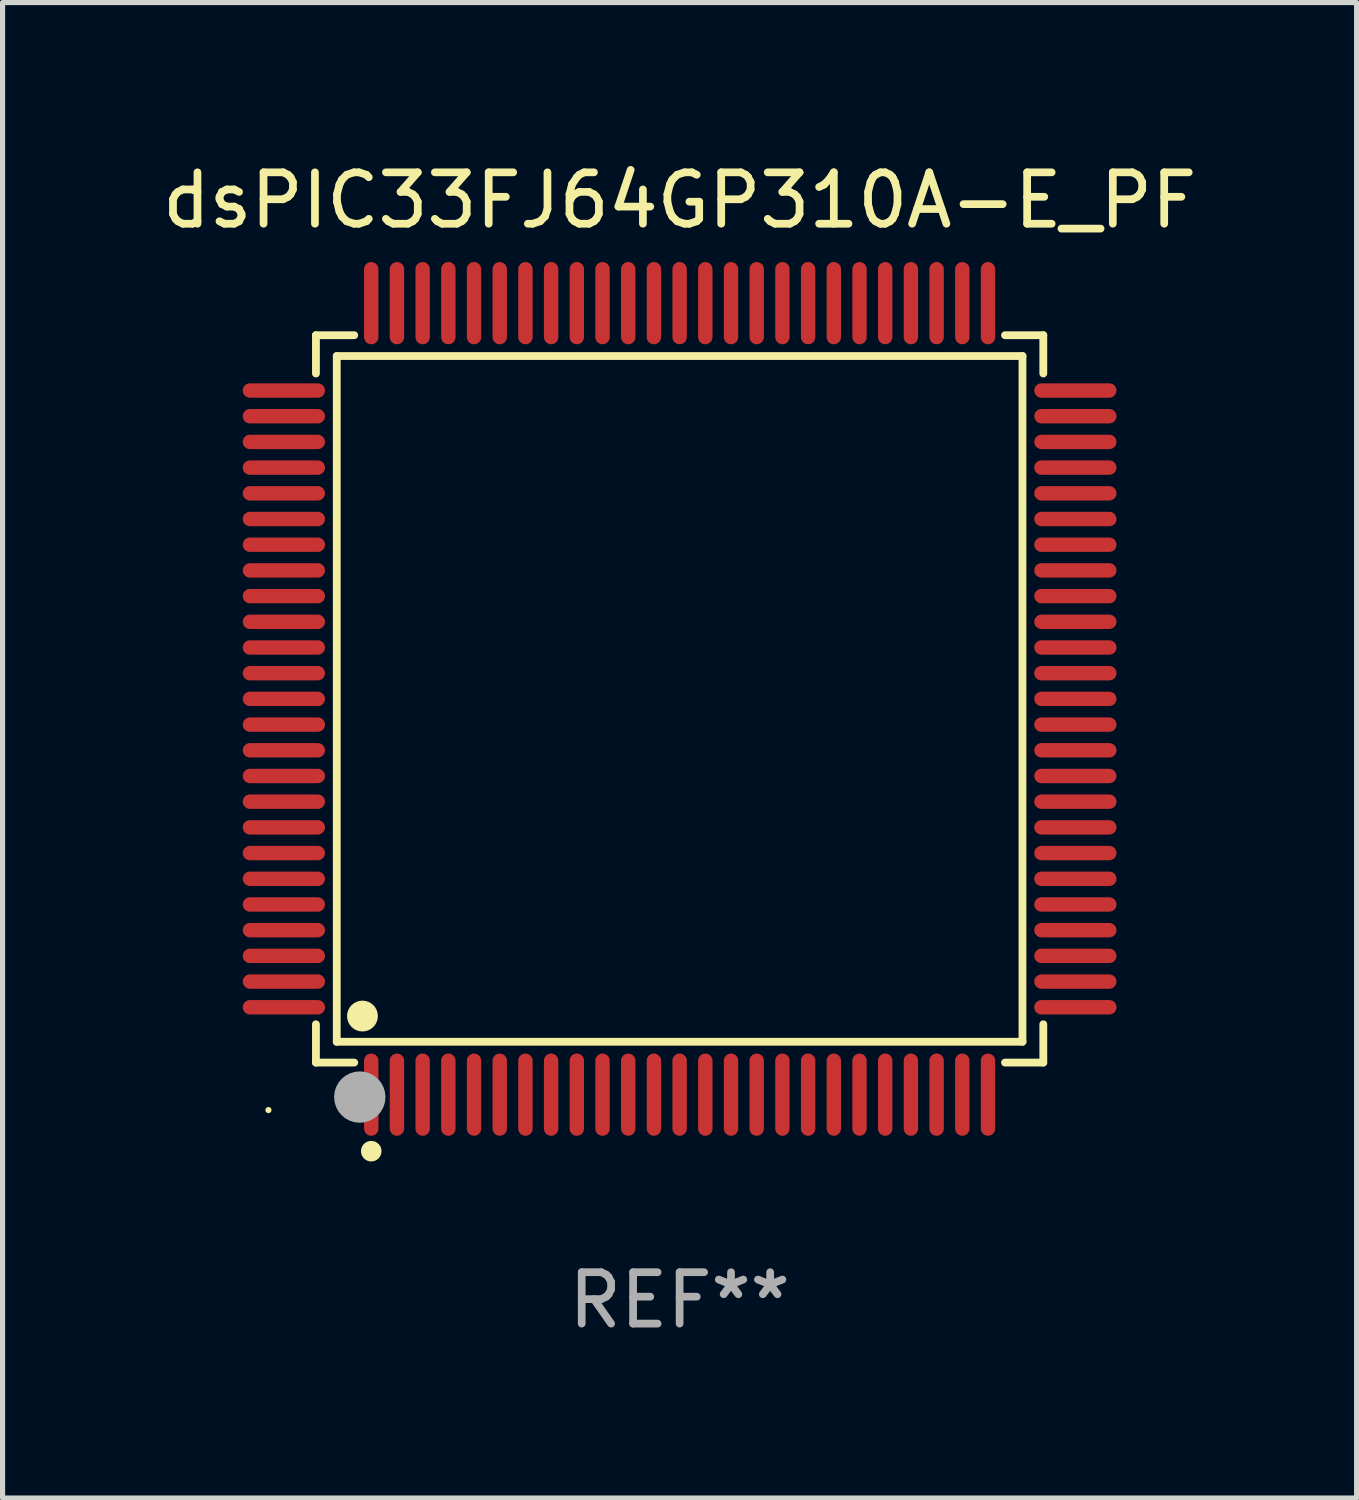
<source format=kicad_pcb>
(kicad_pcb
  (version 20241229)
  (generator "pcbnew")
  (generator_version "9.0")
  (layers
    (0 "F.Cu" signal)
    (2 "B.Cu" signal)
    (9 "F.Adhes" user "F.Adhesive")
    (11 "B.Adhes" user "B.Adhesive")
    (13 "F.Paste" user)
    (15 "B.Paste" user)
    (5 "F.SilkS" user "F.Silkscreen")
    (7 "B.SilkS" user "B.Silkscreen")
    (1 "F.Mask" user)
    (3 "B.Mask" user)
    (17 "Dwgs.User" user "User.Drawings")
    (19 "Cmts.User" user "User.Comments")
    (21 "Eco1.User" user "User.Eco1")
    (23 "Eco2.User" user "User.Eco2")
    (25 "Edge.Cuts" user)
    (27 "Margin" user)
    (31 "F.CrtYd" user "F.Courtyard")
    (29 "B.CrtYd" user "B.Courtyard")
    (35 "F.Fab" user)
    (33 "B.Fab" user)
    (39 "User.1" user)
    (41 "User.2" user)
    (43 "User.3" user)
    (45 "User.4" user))
  (footprint "dsPIC33FJ64GP310A-E_PF"
    (layer "F.Cu")
    (at 10.173 10.548)
    (property "Reference" "dsPIC33FJ64GP310A-E_PF" (at 0 -9.7 0) (layer "F.SilkS") (effects (font (size 1 1) (thickness 0.15))))
    (attr through_hole)
    (fp_line (start -7.076 -7.076) (end -6.331 -7.076) (stroke (width 0.152) (type solid)) (layer "F.SilkS"))
    (fp_line (start -7.076 -6.331) (end -7.076 -7.076) (stroke (width 0.152) (type solid)) (layer "F.SilkS"))
    (fp_line (start -7.076 6.331) (end -7.076 7.076) (stroke (width 0.152) (type solid)) (layer "F.SilkS"))
    (fp_line (start -7.076 7.076) (end -6.331 7.076) (stroke (width 0.152) (type solid)) (layer "F.SilkS"))
    (fp_line (start -6.671 -6.671) (end 6.671 -6.671) (stroke (width 0.152) (type solid)) (layer "F.SilkS"))
    (fp_line (start -6.671 6.671) (end -6.671 -6.671) (stroke (width 0.152) (type solid)) (layer "F.SilkS"))
    (fp_line (start 6.671 -6.671) (end 6.671 6.671) (stroke (width 0.152) (type solid)) (layer "F.SilkS"))
    (fp_line (start 6.671 6.671) (end -6.671 6.671) (stroke (width 0.152) (type solid)) (layer "F.SilkS"))
    (fp_line (start 7.076 -7.076) (end 6.331 -7.076) (stroke (width 0.152) (type solid)) (layer "F.SilkS"))
    (fp_line (start 7.076 -6.331) (end 7.076 -7.076) (stroke (width 0.152) (type solid)) (layer "F.SilkS"))
    (fp_line (start 7.076 6.331) (end 7.076 7.076) (stroke (width 0.152) (type solid)) (layer "F.SilkS"))
    (fp_line (start 7.076 7.076) (end 6.331 7.076) (stroke (width 0.152) (type solid)) (layer "F.SilkS"))
    (fp_circle (center -8 8) (end -7.97 8) (stroke (width 0.06) (type solid)) (fill no) (layer "F.SilkS"))
    (fp_circle (center -6.171 6.171) (end -6.021 6.171) (stroke (width 0.3) (type solid)) (fill no) (layer "F.SilkS"))
    (fp_circle (center -6 8.8) (end -5.9 8.8) (stroke (width 0.2) (type solid)) (fill no) (layer "F.SilkS"))
    (fp_circle (center -6.223 7.747) (end -5.973 7.747) (stroke (width 0.5) (type solid)) (fill no) (layer "F.Fab"))
    (fp_text user "REF**" (at 0 11.7 0) (layer "F.Fab") (effects (font (size 1 1) (thickness 0.15))))
    (pad "1" smd oval (at -6 7.7) (size 0.28 1.6) (layers "F.Cu" "F.Mask" "F.Paste"))
    (pad "2" smd oval (at -5.5 7.7) (size 0.28 1.6) (layers "F.Cu" "F.Mask" "F.Paste"))
    (pad "3" smd oval (at -5 7.7) (size 0.28 1.6) (layers "F.Cu" "F.Mask" "F.Paste"))
    (pad "4" smd oval (at -4.5 7.7) (size 0.28 1.6) (layers "F.Cu" "F.Mask" "F.Paste"))
    (pad "5" smd oval (at -4 7.7) (size 0.28 1.6) (layers "F.Cu" "F.Mask" "F.Paste"))
    (pad "6" smd oval (at -3.5 7.7) (size 0.28 1.6) (layers "F.Cu" "F.Mask" "F.Paste"))
    (pad "7" smd oval (at -3 7.7) (size 0.28 1.6) (layers "F.Cu" "F.Mask" "F.Paste"))
    (pad "8" smd oval (at -2.5 7.7) (size 0.28 1.6) (layers "F.Cu" "F.Mask" "F.Paste"))
    (pad "9" smd oval (at -2 7.7) (size 0.28 1.6) (layers "F.Cu" "F.Mask" "F.Paste"))
    (pad "10" smd oval (at -1.5 7.7) (size 0.28 1.6) (layers "F.Cu" "F.Mask" "F.Paste"))
    (pad "11" smd oval (at -1 7.7) (size 0.28 1.6) (layers "F.Cu" "F.Mask" "F.Paste"))
    (pad "12" smd oval (at -0.5 7.7) (size 0.28 1.6) (layers "F.Cu" "F.Mask" "F.Paste"))
    (pad "13" smd oval (at 0 7.7) (size 0.28 1.6) (layers "F.Cu" "F.Mask" "F.Paste"))
    (pad "14" smd oval (at 0.5 7.7) (size 0.28 1.6) (layers "F.Cu" "F.Mask" "F.Paste"))
    (pad "15" smd oval (at 1 7.7) (size 0.28 1.6) (layers "F.Cu" "F.Mask" "F.Paste"))
    (pad "16" smd oval (at 1.5 7.7) (size 0.28 1.6) (layers "F.Cu" "F.Mask" "F.Paste"))
    (pad "17" smd oval (at 2 7.7) (size 0.28 1.6) (layers "F.Cu" "F.Mask" "F.Paste"))
    (pad "18" smd oval (at 2.5 7.7) (size 0.28 1.6) (layers "F.Cu" "F.Mask" "F.Paste"))
    (pad "19" smd oval (at 3 7.7) (size 0.28 1.6) (layers "F.Cu" "F.Mask" "F.Paste"))
    (pad "20" smd oval (at 3.5 7.7) (size 0.28 1.6) (layers "F.Cu" "F.Mask" "F.Paste"))
    (pad "21" smd oval (at 4 7.7) (size 0.28 1.6) (layers "F.Cu" "F.Mask" "F.Paste"))
    (pad "22" smd oval (at 4.5 7.7) (size 0.28 1.6) (layers "F.Cu" "F.Mask" "F.Paste"))
    (pad "23" smd oval (at 5 7.7) (size 0.28 1.6) (layers "F.Cu" "F.Mask" "F.Paste"))
    (pad "24" smd oval (at 5.5 7.7) (size 0.28 1.6) (layers "F.Cu" "F.Mask" "F.Paste"))
    (pad "25" smd oval (at 6 7.7) (size 0.28 1.6) (layers "F.Cu" "F.Mask" "F.Paste"))
    (pad "26" smd oval (at 7.7 6) (size 1.6 0.28) (layers "F.Cu" "F.Mask" "F.Paste"))
    (pad "27" smd oval (at 7.7 5.5) (size 1.6 0.28) (layers "F.Cu" "F.Mask" "F.Paste"))
    (pad "28" smd oval (at 7.7 5) (size 1.6 0.28) (layers "F.Cu" "F.Mask" "F.Paste"))
    (pad "29" smd oval (at 7.7 4.5) (size 1.6 0.28) (layers "F.Cu" "F.Mask" "F.Paste"))
    (pad "30" smd oval (at 7.7 4) (size 1.6 0.28) (layers "F.Cu" "F.Mask" "F.Paste"))
    (pad "31" smd oval (at 7.7 3.5) (size 1.6 0.28) (layers "F.Cu" "F.Mask" "F.Paste"))
    (pad "32" smd oval (at 7.7 3) (size 1.6 0.28) (layers "F.Cu" "F.Mask" "F.Paste"))
    (pad "33" smd oval (at 7.7 2.5) (size 1.6 0.28) (layers "F.Cu" "F.Mask" "F.Paste"))
    (pad "34" smd oval (at 7.7 2) (size 1.6 0.28) (layers "F.Cu" "F.Mask" "F.Paste"))
    (pad "35" smd oval (at 7.7 1.5) (size 1.6 0.28) (layers "F.Cu" "F.Mask" "F.Paste"))
    (pad "36" smd oval (at 7.7 1) (size 1.6 0.28) (layers "F.Cu" "F.Mask" "F.Paste"))
    (pad "37" smd oval (at 7.7 0.5) (size 1.6 0.28) (layers "F.Cu" "F.Mask" "F.Paste"))
    (pad "38" smd oval (at 7.7 0) (size 1.6 0.28) (layers "F.Cu" "F.Mask" "F.Paste"))
    (pad "39" smd oval (at 7.7 -0.5) (size 1.6 0.28) (layers "F.Cu" "F.Mask" "F.Paste"))
    (pad "40" smd oval (at 7.7 -1) (size 1.6 0.28) (layers "F.Cu" "F.Mask" "F.Paste"))
    (pad "41" smd oval (at 7.7 -1.5) (size 1.6 0.28) (layers "F.Cu" "F.Mask" "F.Paste"))
    (pad "42" smd oval (at 7.7 -2) (size 1.6 0.28) (layers "F.Cu" "F.Mask" "F.Paste"))
    (pad "43" smd oval (at 7.7 -2.5) (size 1.6 0.28) (layers "F.Cu" "F.Mask" "F.Paste"))
    (pad "44" smd oval (at 7.7 -3) (size 1.6 0.28) (layers "F.Cu" "F.Mask" "F.Paste"))
    (pad "45" smd oval (at 7.7 -3.5) (size 1.6 0.28) (layers "F.Cu" "F.Mask" "F.Paste"))
    (pad "46" smd oval (at 7.7 -4) (size 1.6 0.28) (layers "F.Cu" "F.Mask" "F.Paste"))
    (pad "47" smd oval (at 7.7 -4.5) (size 1.6 0.28) (layers "F.Cu" "F.Mask" "F.Paste"))
    (pad "48" smd oval (at 7.7 -5) (size 1.6 0.28) (layers "F.Cu" "F.Mask" "F.Paste"))
    (pad "49" smd oval (at 7.7 -5.5) (size 1.6 0.28) (layers "F.Cu" "F.Mask" "F.Paste"))
    (pad "50" smd oval (at 7.7 -6) (size 1.6 0.28) (layers "F.Cu" "F.Mask" "F.Paste"))
    (pad "51" smd oval (at 6 -7.7) (size 0.28 1.6) (layers "F.Cu" "F.Mask" "F.Paste"))
    (pad "52" smd oval (at 5.5 -7.7) (size 0.28 1.6) (layers "F.Cu" "F.Mask" "F.Paste"))
    (pad "53" smd oval (at 5 -7.7) (size 0.28 1.6) (layers "F.Cu" "F.Mask" "F.Paste"))
    (pad "54" smd oval (at 4.5 -7.7) (size 0.28 1.6) (layers "F.Cu" "F.Mask" "F.Paste"))
    (pad "55" smd oval (at 4 -7.7) (size 0.28 1.6) (layers "F.Cu" "F.Mask" "F.Paste"))
    (pad "56" smd oval (at 3.5 -7.7) (size 0.28 1.6) (layers "F.Cu" "F.Mask" "F.Paste"))
    (pad "57" smd oval (at 3 -7.7) (size 0.28 1.6) (layers "F.Cu" "F.Mask" "F.Paste"))
    (pad "58" smd oval (at 2.5 -7.7) (size 0.28 1.6) (layers "F.Cu" "F.Mask" "F.Paste"))
    (pad "59" smd oval (at 2 -7.7) (size 0.28 1.6) (layers "F.Cu" "F.Mask" "F.Paste"))
    (pad "60" smd oval (at 1.5 -7.7) (size 0.28 1.6) (layers "F.Cu" "F.Mask" "F.Paste"))
    (pad "61" smd oval (at 1 -7.7) (size 0.28 1.6) (layers "F.Cu" "F.Mask" "F.Paste"))
    (pad "62" smd oval (at 0.5 -7.7) (size 0.28 1.6) (layers "F.Cu" "F.Mask" "F.Paste"))
    (pad "63" smd oval (at 0 -7.7) (size 0.28 1.6) (layers "F.Cu" "F.Mask" "F.Paste"))
    (pad "64" smd oval (at -0.5 -7.7) (size 0.28 1.6) (layers "F.Cu" "F.Mask" "F.Paste"))
    (pad "65" smd oval (at -1 -7.7) (size 0.28 1.6) (layers "F.Cu" "F.Mask" "F.Paste"))
    (pad "66" smd oval (at -1.5 -7.7) (size 0.28 1.6) (layers "F.Cu" "F.Mask" "F.Paste"))
    (pad "67" smd oval (at -2 -7.7) (size 0.28 1.6) (layers "F.Cu" "F.Mask" "F.Paste"))
    (pad "68" smd oval (at -2.5 -7.7) (size 0.28 1.6) (layers "F.Cu" "F.Mask" "F.Paste"))
    (pad "69" smd oval (at -3 -7.7) (size 0.28 1.6) (layers "F.Cu" "F.Mask" "F.Paste"))
    (pad "70" smd oval (at -3.5 -7.7) (size 0.28 1.6) (layers "F.Cu" "F.Mask" "F.Paste"))
    (pad "71" smd oval (at -4 -7.7) (size 0.28 1.6) (layers "F.Cu" "F.Mask" "F.Paste"))
    (pad "72" smd oval (at -4.5 -7.7) (size 0.28 1.6) (layers "F.Cu" "F.Mask" "F.Paste"))
    (pad "73" smd oval (at -5 -7.7) (size 0.28 1.6) (layers "F.Cu" "F.Mask" "F.Paste"))
    (pad "74" smd oval (at -5.5 -7.7) (size 0.28 1.6) (layers "F.Cu" "F.Mask" "F.Paste"))
    (pad "75" smd oval (at -6 -7.7) (size 0.28 1.6) (layers "F.Cu" "F.Mask" "F.Paste"))
    (pad "76" smd oval (at -7.7 -6) (size 1.6 0.28) (layers "F.Cu" "F.Mask" "F.Paste"))
    (pad "77" smd oval (at -7.7 -5.5) (size 1.6 0.28) (layers "F.Cu" "F.Mask" "F.Paste"))
    (pad "78" smd oval (at -7.7 -5) (size 1.6 0.28) (layers "F.Cu" "F.Mask" "F.Paste"))
    (pad "79" smd oval (at -7.7 -4.5) (size 1.6 0.28) (layers "F.Cu" "F.Mask" "F.Paste"))
    (pad "80" smd oval (at -7.7 -4) (size 1.6 0.28) (layers "F.Cu" "F.Mask" "F.Paste"))
    (pad "81" smd oval (at -7.7 -3.5) (size 1.6 0.28) (layers "F.Cu" "F.Mask" "F.Paste"))
    (pad "82" smd oval (at -7.7 -3) (size 1.6 0.28) (layers "F.Cu" "F.Mask" "F.Paste"))
    (pad "83" smd oval (at -7.7 -2.5) (size 1.6 0.28) (layers "F.Cu" "F.Mask" "F.Paste"))
    (pad "84" smd oval (at -7.7 -2) (size 1.6 0.28) (layers "F.Cu" "F.Mask" "F.Paste"))
    (pad "85" smd oval (at -7.7 -1.5) (size 1.6 0.28) (layers "F.Cu" "F.Mask" "F.Paste"))
    (pad "86" smd oval (at -7.7 -1) (size 1.6 0.28) (layers "F.Cu" "F.Mask" "F.Paste"))
    (pad "87" smd oval (at -7.7 -0.5) (size 1.6 0.28) (layers "F.Cu" "F.Mask" "F.Paste"))
    (pad "88" smd oval (at -7.7 0) (size 1.6 0.28) (layers "F.Cu" "F.Mask" "F.Paste"))
    (pad "89" smd oval (at -7.7 0.5) (size 1.6 0.28) (layers "F.Cu" "F.Mask" "F.Paste"))
    (pad "90" smd oval (at -7.7 1) (size 1.6 0.28) (layers "F.Cu" "F.Mask" "F.Paste"))
    (pad "91" smd oval (at -7.7 1.5) (size 1.6 0.28) (layers "F.Cu" "F.Mask" "F.Paste"))
    (pad "92" smd oval (at -7.7 2) (size 1.6 0.28) (layers "F.Cu" "F.Mask" "F.Paste"))
    (pad "93" smd oval (at -7.7 2.5) (size 1.6 0.28) (layers "F.Cu" "F.Mask" "F.Paste"))
    (pad "94" smd oval (at -7.7 3) (size 1.6 0.28) (layers "F.Cu" "F.Mask" "F.Paste"))
    (pad "95" smd oval (at -7.7 3.5) (size 1.6 0.28) (layers "F.Cu" "F.Mask" "F.Paste"))
    (pad "96" smd oval (at -7.7 4) (size 1.6 0.28) (layers "F.Cu" "F.Mask" "F.Paste"))
    (pad "97" smd oval (at -7.7 4.5) (size 1.6 0.28) (layers "F.Cu" "F.Mask" "F.Paste"))
    (pad "98" smd oval (at -7.7 5) (size 1.6 0.28) (layers "F.Cu" "F.Mask" "F.Paste"))
    (pad "99" smd oval (at -7.7 5.5) (size 1.6 0.28) (layers "F.Cu" "F.Mask" "F.Paste"))
    (pad "100" smd oval (at -7.7 6) (size 1.6 0.28) (layers "F.Cu" "F.Mask" "F.Paste")))
  (gr_rect
    (start -3 -3)
    (end 23.345 26.097)
    (stroke (width 0.1) (type default))
    (fill no)
    (layer "Edge.Cuts")))
</source>
